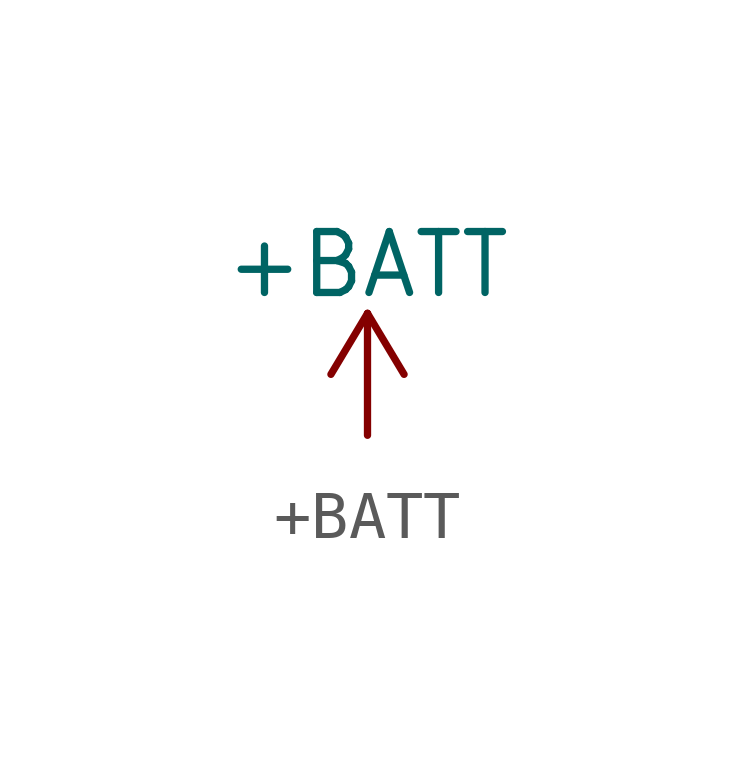
<source format=kicad_sym>
(kicad_symbol_lib
  (version 20211014)
  (generator kicad_symbol_editor)
  (symbol "power1:+BATT"
    (power)
    (pin_names
      (offset 0))
    (property "Reference" "#PWR"
      (at 0 -3.81 0)
      (effects (font (size 1.27 1.27)) hide))
    (property "Value" "+BATT"
      (at 0 3.556 0)
      (effects (font (size 1.27 1.27))))
    (symbol "+BATT_0_1"
      (polyline (pts (xy -0.762 1.27) (xy 0 2.54)) (stroke (width 0) (type default) (color 0 0 0 0)) (fill (type none)))
      (polyline (pts (xy 0 0) (xy 0 2.54)) (stroke (width 0) (type default) (color 0 0 0 0)) (fill (type none)))
      (polyline (pts (xy 0 2.54) (xy 0.762 1.27)) (stroke (width 0) (type default) (color 0 0 0 0)) (fill (type none))))
    (symbol "+BATT_1_1"
      (pin power_in line (at 0 0 90) (length 0) hide (name "+BATT" (effects (font (size 1.27 1.27)))) (number "1" (effects (font (size 1.27 1.27))))))))
</source>
